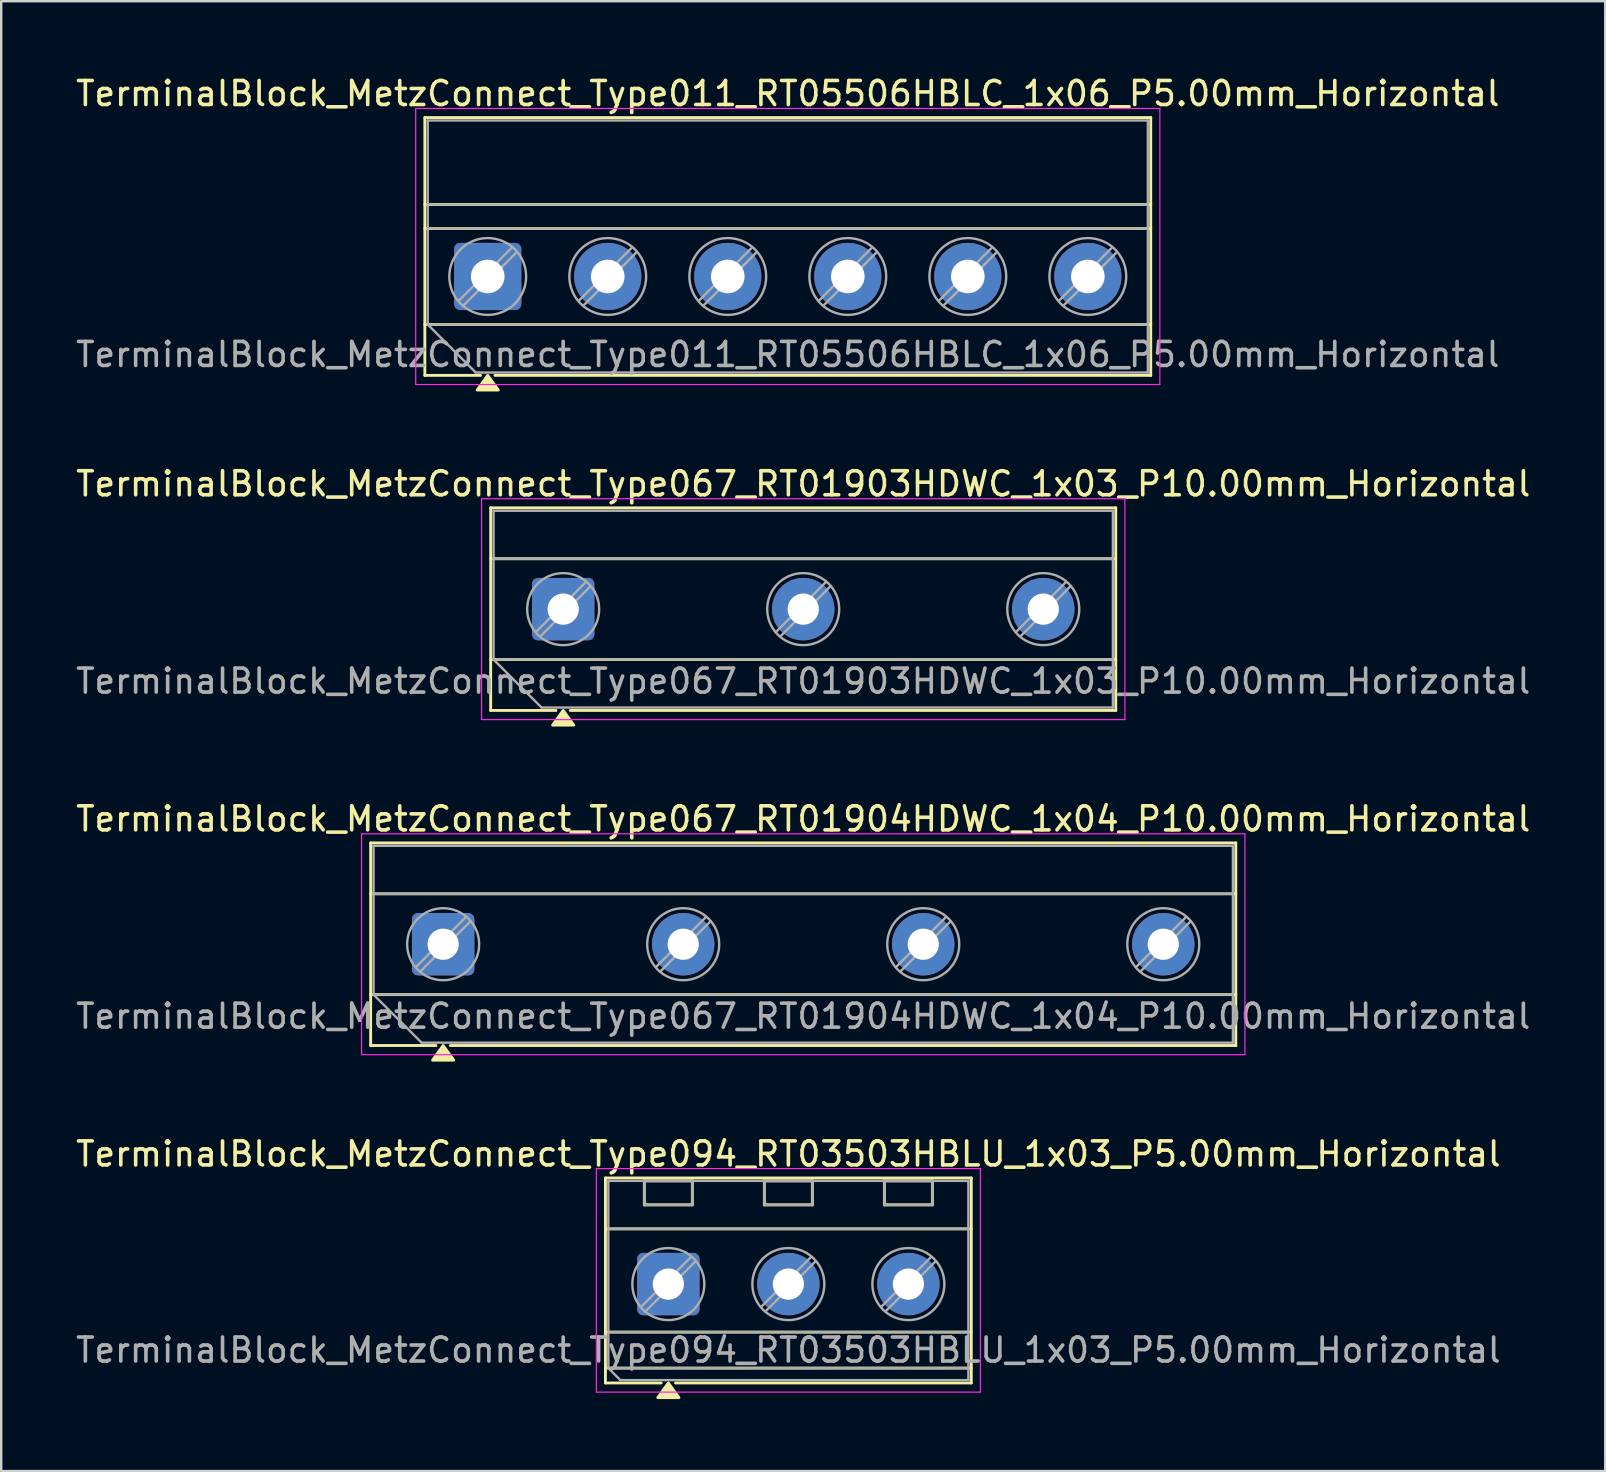
<source format=kicad_pcb>
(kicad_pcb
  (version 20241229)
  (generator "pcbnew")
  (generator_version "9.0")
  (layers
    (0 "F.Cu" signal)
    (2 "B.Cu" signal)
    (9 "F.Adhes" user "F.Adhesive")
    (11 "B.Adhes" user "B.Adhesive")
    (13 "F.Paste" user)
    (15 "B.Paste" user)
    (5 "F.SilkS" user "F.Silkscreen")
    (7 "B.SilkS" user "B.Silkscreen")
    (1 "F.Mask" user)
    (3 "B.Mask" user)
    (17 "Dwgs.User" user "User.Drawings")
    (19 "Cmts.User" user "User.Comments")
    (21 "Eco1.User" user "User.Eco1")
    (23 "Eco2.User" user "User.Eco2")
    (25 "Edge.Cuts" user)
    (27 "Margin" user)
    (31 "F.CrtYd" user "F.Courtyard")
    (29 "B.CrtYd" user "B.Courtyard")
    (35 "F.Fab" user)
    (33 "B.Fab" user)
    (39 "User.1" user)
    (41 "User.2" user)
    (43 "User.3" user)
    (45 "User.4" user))
  (footprint "TerminalBlock_MetzConnect_Type067_RT01903HDWC_1x03_P10.00mm_Horizontal"
    (layer "F.Cu")
    (at 20.411 22.326)
    (property "Reference" "TerminalBlock_MetzConnect_Type067_RT01903HDWC_1x03_P10.00mm_Horizontal" (at 10 -5.22 0) (layer "F.SilkS") (effects (font (size 1 1) (thickness 0.15))))
    (attr through_hole)
    (fp_line (start -3.02 -4.22) (end 23.02 -4.22) (stroke (width 0.12) (type solid)) (layer "F.SilkS"))
    (fp_line (start -3.02 -2.1) (end 23.02 -2.1) (stroke (width 0.12) (type solid)) (layer "F.SilkS"))
    (fp_line (start -3.02 2.1) (end 23.02 2.1) (stroke (width 0.12) (type solid)) (layer "F.SilkS"))
    (fp_line (start -3.02 4.22) (end -3.02 -4.22) (stroke (width 0.12) (type solid)) (layer "F.SilkS"))
    (fp_line (start -0.3 4.22) (end -3.02 4.22) (stroke (width 0.12) (type solid)) (layer "F.SilkS"))
    (fp_line (start 23.02 -4.22) (end 23.02 4.22) (stroke (width 0.12) (type solid)) (layer "F.SilkS"))
    (fp_line (start 23.02 4.22) (end 0.3 4.22) (stroke (width 0.12) (type solid)) (layer "F.SilkS"))
    (fp_poly (pts (xy 0 4.22) (xy 0.44 4.83) (xy -0.44 4.83)) (stroke (width 0.12) (type solid)) (fill yes) (layer "F.SilkS"))
    (fp_line (start -3.4 -4.6) (end -3.4 4.6) (stroke (width 0.05) (type solid)) (layer "F.CrtYd"))
    (fp_line (start -3.4 4.6) (end 23.4 4.6) (stroke (width 0.05) (type solid)) (layer "F.CrtYd"))
    (fp_line (start 23.4 -4.6) (end -3.4 -4.6) (stroke (width 0.05) (type solid)) (layer "F.CrtYd"))
    (fp_line (start 23.4 4.6) (end 23.4 -4.6) (stroke (width 0.05) (type solid)) (layer "F.CrtYd"))
    (fp_line (start -2.9 -4.1) (end 22.9 -4.1) (stroke (width 0.1) (type solid)) (layer "F.Fab"))
    (fp_line (start -2.9 -2.1) (end 22.9 -2.1) (stroke (width 0.1) (type solid)) (layer "F.Fab"))
    (fp_line (start -2.9 2.1) (end -2.9 -4.1) (stroke (width 0.1) (type solid)) (layer "F.Fab"))
    (fp_line (start -2.9 2.1) (end 22.9 2.1) (stroke (width 0.1) (type solid)) (layer "F.Fab"))
    (fp_line (start -0.9 4.1) (end -2.9 2.1) (stroke (width 0.1) (type solid)) (layer "F.Fab"))
    (fp_line (start 0.955 -1.138) (end -1.138 0.955) (stroke (width 0.1) (type solid)) (layer "F.Fab"))
    (fp_line (start 1.138 -0.955) (end -0.955 1.138) (stroke (width 0.1) (type solid)) (layer "F.Fab"))
    (fp_line (start 10.955 -1.138) (end 8.862 0.955) (stroke (width 0.1) (type solid)) (layer "F.Fab"))
    (fp_line (start 11.138 -0.955) (end 9.045 1.138) (stroke (width 0.1) (type solid)) (layer "F.Fab"))
    (fp_line (start 20.955 -1.138) (end 18.862 0.955) (stroke (width 0.1) (type solid)) (layer "F.Fab"))
    (fp_line (start 21.138 -0.955) (end 19.045 1.138) (stroke (width 0.1) (type solid)) (layer "F.Fab"))
    (fp_line (start 22.9 -4.1) (end 22.9 4.1) (stroke (width 0.1) (type solid)) (layer "F.Fab"))
    (fp_line (start 22.9 4.1) (end -0.9 4.1) (stroke (width 0.1) (type solid)) (layer "F.Fab"))
    (fp_circle (center 0 0) (end 1.5 0) (stroke (width 0.1) (type solid)) (fill no) (layer "F.Fab"))
    (fp_circle (center 10 0) (end 11.5 0) (stroke (width 0.1) (type solid)) (fill no) (layer "F.Fab"))
    (fp_circle (center 20 0) (end 21.5 0) (stroke (width 0.1) (type solid)) (fill no) (layer "F.Fab"))
    (fp_text user "${REFERENCE}" (at 10 3 0) (layer "F.Fab") (effects (font (size 1 1) (thickness 0.15))))
    (pad "1" thru_hole roundrect (at 0 0) (size 2.6 2.6) (drill 1.3) (layers "*.Cu" "*.Mask") (roundrect_rratio 0.096))
    (pad "2" thru_hole circle (at 10 0) (size 2.6 2.6) (drill 1.3) (layers "*.Cu" "*.Mask"))
    (pad "3" thru_hole circle (at 20 0) (size 2.6 2.6) (drill 1.3) (layers "*.Cu" "*.Mask")))
  (footprint "TerminalBlock_MetzConnect_Type067_RT01904HDWC_1x04_P10.00mm_Horizontal"
    (layer "F.Cu")
    (at 15.411 36.285)
    (property "Reference" "TerminalBlock_MetzConnect_Type067_RT01904HDWC_1x04_P10.00mm_Horizontal" (at 15 -5.22 0) (layer "F.SilkS") (effects (font (size 1 1) (thickness 0.15))))
    (attr through_hole)
    (fp_line (start -3.02 -4.22) (end 33.02 -4.22) (stroke (width 0.12) (type solid)) (layer "F.SilkS"))
    (fp_line (start -3.02 -2.1) (end 33.02 -2.1) (stroke (width 0.12) (type solid)) (layer "F.SilkS"))
    (fp_line (start -3.02 2.1) (end 33.02 2.1) (stroke (width 0.12) (type solid)) (layer "F.SilkS"))
    (fp_line (start -3.02 4.22) (end -3.02 -4.22) (stroke (width 0.12) (type solid)) (layer "F.SilkS"))
    (fp_line (start -0.3 4.22) (end -3.02 4.22) (stroke (width 0.12) (type solid)) (layer "F.SilkS"))
    (fp_line (start 33.02 -4.22) (end 33.02 4.22) (stroke (width 0.12) (type solid)) (layer "F.SilkS"))
    (fp_line (start 33.02 4.22) (end 0.3 4.22) (stroke (width 0.12) (type solid)) (layer "F.SilkS"))
    (fp_poly (pts (xy 0 4.22) (xy 0.44 4.83) (xy -0.44 4.83)) (stroke (width 0.12) (type solid)) (fill yes) (layer "F.SilkS"))
    (fp_line (start -3.4 -4.6) (end -3.4 4.6) (stroke (width 0.05) (type solid)) (layer "F.CrtYd"))
    (fp_line (start -3.4 4.6) (end 33.4 4.6) (stroke (width 0.05) (type solid)) (layer "F.CrtYd"))
    (fp_line (start 33.4 -4.6) (end -3.4 -4.6) (stroke (width 0.05) (type solid)) (layer "F.CrtYd"))
    (fp_line (start 33.4 4.6) (end 33.4 -4.6) (stroke (width 0.05) (type solid)) (layer "F.CrtYd"))
    (fp_line (start -2.9 -4.1) (end 32.9 -4.1) (stroke (width 0.1) (type solid)) (layer "F.Fab"))
    (fp_line (start -2.9 -2.1) (end 32.9 -2.1) (stroke (width 0.1) (type solid)) (layer "F.Fab"))
    (fp_line (start -2.9 2.1) (end -2.9 -4.1) (stroke (width 0.1) (type solid)) (layer "F.Fab"))
    (fp_line (start -2.9 2.1) (end 32.9 2.1) (stroke (width 0.1) (type solid)) (layer "F.Fab"))
    (fp_line (start -0.9 4.1) (end -2.9 2.1) (stroke (width 0.1) (type solid)) (layer "F.Fab"))
    (fp_line (start 0.955 -1.138) (end -1.138 0.955) (stroke (width 0.1) (type solid)) (layer "F.Fab"))
    (fp_line (start 1.138 -0.955) (end -0.955 1.138) (stroke (width 0.1) (type solid)) (layer "F.Fab"))
    (fp_line (start 10.955 -1.138) (end 8.862 0.955) (stroke (width 0.1) (type solid)) (layer "F.Fab"))
    (fp_line (start 11.138 -0.955) (end 9.045 1.138) (stroke (width 0.1) (type solid)) (layer "F.Fab"))
    (fp_line (start 20.955 -1.138) (end 18.862 0.955) (stroke (width 0.1) (type solid)) (layer "F.Fab"))
    (fp_line (start 21.138 -0.955) (end 19.045 1.138) (stroke (width 0.1) (type solid)) (layer "F.Fab"))
    (fp_line (start 30.955 -1.138) (end 28.862 0.955) (stroke (width 0.1) (type solid)) (layer "F.Fab"))
    (fp_line (start 31.138 -0.955) (end 29.045 1.138) (stroke (width 0.1) (type solid)) (layer "F.Fab"))
    (fp_line (start 32.9 -4.1) (end 32.9 4.1) (stroke (width 0.1) (type solid)) (layer "F.Fab"))
    (fp_line (start 32.9 4.1) (end -0.9 4.1) (stroke (width 0.1) (type solid)) (layer "F.Fab"))
    (fp_circle (center 0 0) (end 1.5 0) (stroke (width 0.1) (type solid)) (fill no) (layer "F.Fab"))
    (fp_circle (center 10 0) (end 11.5 0) (stroke (width 0.1) (type solid)) (fill no) (layer "F.Fab"))
    (fp_circle (center 20 0) (end 21.5 0) (stroke (width 0.1) (type solid)) (fill no) (layer "F.Fab"))
    (fp_circle (center 30 0) (end 31.5 0) (stroke (width 0.1) (type solid)) (fill no) (layer "F.Fab"))
    (fp_text user "${REFERENCE}" (at 15 3 0) (layer "F.Fab") (effects (font (size 1 1) (thickness 0.15))))
    (pad "1" thru_hole roundrect (at 0 0) (size 2.6 2.6) (drill 1.3) (layers "*.Cu" "*.Mask") (roundrect_rratio 0.096))
    (pad "2" thru_hole circle (at 10 0) (size 2.6 2.6) (drill 1.3) (layers "*.Cu" "*.Mask"))
    (pad "3" thru_hole circle (at 20 0) (size 2.6 2.6) (drill 1.3) (layers "*.Cu" "*.Mask"))
    (pad "4" thru_hole circle (at 30 0) (size 2.6 2.6) (drill 1.3) (layers "*.Cu" "*.Mask")))
  (footprint "TerminalBlock_MetzConnect_Type094_RT03503HBLU_1x03_P5.00mm_Horizontal"
    (layer "F.Cu")
    (at 24.792 50.443)
    (property "Reference" "TerminalBlock_MetzConnect_Type094_RT03503HBLU_1x03_P5.00mm_Horizontal" (at 5 -5.42 0) (layer "F.SilkS") (effects (font (size 1 1) (thickness 0.15))))
    (attr through_hole)
    (fp_line (start -2.62 -4.42) (end 12.62 -4.42) (stroke (width 0.12) (type solid)) (layer "F.SilkS"))
    (fp_line (start -2.62 -2.3) (end 12.62 -2.3) (stroke (width 0.12) (type solid)) (layer "F.SilkS"))
    (fp_line (start -2.62 2) (end 12.62 2) (stroke (width 0.12) (type solid)) (layer "F.SilkS"))
    (fp_line (start -2.62 3.5) (end 12.62 3.5) (stroke (width 0.12) (type solid)) (layer "F.SilkS"))
    (fp_line (start -2.62 4.12) (end -2.62 -4.42) (stroke (width 0.12) (type solid)) (layer "F.SilkS"))
    (fp_line (start -1 -4.3) (end 1 -4.3) (stroke (width 0.12) (type solid)) (layer "F.SilkS"))
    (fp_line (start -1 -3.3) (end -1 -4.3) (stroke (width 0.12) (type solid)) (layer "F.SilkS"))
    (fp_line (start -0.3 4.12) (end -2.62 4.12) (stroke (width 0.12) (type solid)) (layer "F.SilkS"))
    (fp_line (start 1 -4.3) (end 1 -3.3) (stroke (width 0.12) (type solid)) (layer "F.SilkS"))
    (fp_line (start 1 -3.3) (end -1 -3.3) (stroke (width 0.12) (type solid)) (layer "F.SilkS"))
    (fp_line (start 4 -4.3) (end 6 -4.3) (stroke (width 0.12) (type solid)) (layer "F.SilkS"))
    (fp_line (start 4 -3.3) (end 4 -4.3) (stroke (width 0.12) (type solid)) (layer "F.SilkS"))
    (fp_line (start 6 -4.3) (end 6 -3.3) (stroke (width 0.12) (type solid)) (layer "F.SilkS"))
    (fp_line (start 6 -3.3) (end 4 -3.3) (stroke (width 0.12) (type solid)) (layer "F.SilkS"))
    (fp_line (start 9 -4.3) (end 11 -4.3) (stroke (width 0.12) (type solid)) (layer "F.SilkS"))
    (fp_line (start 9 -3.3) (end 9 -4.3) (stroke (width 0.12) (type solid)) (layer "F.SilkS"))
    (fp_line (start 11 -4.3) (end 11 -3.3) (stroke (width 0.12) (type solid)) (layer "F.SilkS"))
    (fp_line (start 11 -3.3) (end 9 -3.3) (stroke (width 0.12) (type solid)) (layer "F.SilkS"))
    (fp_line (start 12.62 -4.42) (end 12.62 4.12) (stroke (width 0.12) (type solid)) (layer "F.SilkS"))
    (fp_line (start 12.62 4.12) (end 0.3 4.12) (stroke (width 0.12) (type solid)) (layer "F.SilkS"))
    (fp_poly (pts (xy 0 4.12) (xy 0.44 4.73) (xy -0.44 4.73)) (stroke (width 0.12) (type solid)) (fill yes) (layer "F.SilkS"))
    (fp_line (start -3 -4.81) (end -3 4.5) (stroke (width 0.05) (type solid)) (layer "F.CrtYd"))
    (fp_line (start -3 4.5) (end 13 4.5) (stroke (width 0.05) (type solid)) (layer "F.CrtYd"))
    (fp_line (start 13 -4.81) (end -3 -4.81) (stroke (width 0.05) (type solid)) (layer "F.CrtYd"))
    (fp_line (start 13 4.5) (end 13 -4.81) (stroke (width 0.05) (type solid)) (layer "F.CrtYd"))
    (fp_line (start -2.5 -4.3) (end 12.5 -4.3) (stroke (width 0.1) (type solid)) (layer "F.Fab"))
    (fp_line (start -2.5 -2.3) (end 12.5 -2.3) (stroke (width 0.1) (type solid)) (layer "F.Fab"))
    (fp_line (start -2.5 2) (end 12.5 2) (stroke (width 0.1) (type solid)) (layer "F.Fab"))
    (fp_line (start -2.5 3.5) (end -2.5 -4.3) (stroke (width 0.1) (type solid)) (layer "F.Fab"))
    (fp_line (start -2.5 3.5) (end 12.5 3.5) (stroke (width 0.1) (type solid)) (layer "F.Fab"))
    (fp_line (start -2 4) (end -2.5 3.5) (stroke (width 0.1) (type solid)) (layer "F.Fab"))
    (fp_line (start -1 -4.3) (end -1 -3.3) (stroke (width 0.1) (type solid)) (layer "F.Fab"))
    (fp_line (start -1 -3.3) (end 1 -3.3) (stroke (width 0.1) (type solid)) (layer "F.Fab"))
    (fp_line (start 0.955 -1.138) (end -1.138 0.955) (stroke (width 0.1) (type solid)) (layer "F.Fab"))
    (fp_line (start 1 -4.3) (end -1 -4.3) (stroke (width 0.1) (type solid)) (layer "F.Fab"))
    (fp_line (start 1 -3.3) (end 1 -4.3) (stroke (width 0.1) (type solid)) (layer "F.Fab"))
    (fp_line (start 1.138 -0.955) (end -0.955 1.138) (stroke (width 0.1) (type solid)) (layer "F.Fab"))
    (fp_line (start 4 -4.3) (end 4 -3.3) (stroke (width 0.1) (type solid)) (layer "F.Fab"))
    (fp_line (start 4 -3.3) (end 6 -3.3) (stroke (width 0.1) (type solid)) (layer "F.Fab"))
    (fp_line (start 5.955 -1.138) (end 3.862 0.955) (stroke (width 0.1) (type solid)) (layer "F.Fab"))
    (fp_line (start 6 -4.3) (end 4 -4.3) (stroke (width 0.1) (type solid)) (layer "F.Fab"))
    (fp_line (start 6 -3.3) (end 6 -4.3) (stroke (width 0.1) (type solid)) (layer "F.Fab"))
    (fp_line (start 6.138 -0.955) (end 4.045 1.138) (stroke (width 0.1) (type solid)) (layer "F.Fab"))
    (fp_line (start 9 -4.3) (end 9 -3.3) (stroke (width 0.1) (type solid)) (layer "F.Fab"))
    (fp_line (start 9 -3.3) (end 11 -3.3) (stroke (width 0.1) (type solid)) (layer "F.Fab"))
    (fp_line (start 10.955 -1.138) (end 8.862 0.955) (stroke (width 0.1) (type solid)) (layer "F.Fab"))
    (fp_line (start 11 -4.3) (end 9 -4.3) (stroke (width 0.1) (type solid)) (layer "F.Fab"))
    (fp_line (start 11 -3.3) (end 11 -4.3) (stroke (width 0.1) (type solid)) (layer "F.Fab"))
    (fp_line (start 11.138 -0.955) (end 9.045 1.138) (stroke (width 0.1) (type solid)) (layer "F.Fab"))
    (fp_line (start 12.5 -4.3) (end 12.5 4) (stroke (width 0.1) (type solid)) (layer "F.Fab"))
    (fp_line (start 12.5 4) (end -2 4) (stroke (width 0.1) (type solid)) (layer "F.Fab"))
    (fp_circle (center 0 0) (end 1.5 0) (stroke (width 0.1) (type solid)) (fill no) (layer "F.Fab"))
    (fp_circle (center 5 0) (end 6.5 0) (stroke (width 0.1) (type solid)) (fill no) (layer "F.Fab"))
    (fp_circle (center 10 0) (end 11.5 0) (stroke (width 0.1) (type solid)) (fill no) (layer "F.Fab"))
    (fp_text user "${REFERENCE}" (at 5 2.75 0) (layer "F.Fab") (effects (font (size 1 1) (thickness 0.15))))
    (pad "1" thru_hole roundrect (at 0 0) (size 2.6 2.6) (drill 1.3) (layers "*.Cu" "*.Mask") (roundrect_rratio 0.096))
    (pad "2" thru_hole circle (at 5 0) (size 2.6 2.6) (drill 1.3) (layers "*.Cu" "*.Mask"))
    (pad "3" thru_hole circle (at 10 0) (size 2.6 2.6) (drill 1.3) (layers "*.Cu" "*.Mask")))
  (footprint "TerminalBlock_MetzConnect_Type011_RT05506HBLC_1x06_P5.00mm_Horizontal"
    (layer "F.Cu")
    (at 17.268 8.468)
    (property "Reference" "TerminalBlock_MetzConnect_Type011_RT05506HBLC_1x06_P5.00mm_Horizontal" (at 12.5 -7.62 0) (layer "F.SilkS") (effects (font (size 1 1) (thickness 0.15))))
    (attr through_hole)
    (fp_line (start -2.62 -6.62) (end 27.62 -6.62) (stroke (width 0.12) (type solid)) (layer "F.SilkS"))
    (fp_line (start -2.62 -3) (end 27.62 -3) (stroke (width 0.12) (type solid)) (layer "F.SilkS"))
    (fp_line (start -2.62 -2) (end 27.62 -2) (stroke (width 0.12) (type solid)) (layer "F.SilkS"))
    (fp_line (start -2.62 2) (end 27.62 2) (stroke (width 0.12) (type solid)) (layer "F.SilkS"))
    (fp_line (start -2.62 4.12) (end -2.62 -6.62) (stroke (width 0.12) (type solid)) (layer "F.SilkS"))
    (fp_line (start -0.3 4.12) (end -2.62 4.12) (stroke (width 0.12) (type solid)) (layer "F.SilkS"))
    (fp_line (start 27.62 -6.62) (end 27.62 4.12) (stroke (width 0.12) (type solid)) (layer "F.SilkS"))
    (fp_line (start 27.62 4.12) (end 0.3 4.12) (stroke (width 0.12) (type solid)) (layer "F.SilkS"))
    (fp_poly (pts (xy 0 4.12) (xy 0.44 4.73) (xy -0.44 4.73)) (stroke (width 0.12) (type solid)) (fill yes) (layer "F.SilkS"))
    (fp_line (start -3 -7) (end -3 4.5) (stroke (width 0.05) (type solid)) (layer "F.CrtYd"))
    (fp_line (start -3 4.5) (end 28 4.5) (stroke (width 0.05) (type solid)) (layer "F.CrtYd"))
    (fp_line (start 28 -7) (end -3 -7) (stroke (width 0.05) (type solid)) (layer "F.CrtYd"))
    (fp_line (start 28 4.5) (end 28 -7) (stroke (width 0.05) (type solid)) (layer "F.CrtYd"))
    (fp_line (start -2.5 -6.5) (end 27.5 -6.5) (stroke (width 0.1) (type solid)) (layer "F.Fab"))
    (fp_line (start -2.5 -3) (end 27.5 -3) (stroke (width 0.1) (type solid)) (layer "F.Fab"))
    (fp_line (start -2.5 -2) (end 27.5 -2) (stroke (width 0.1) (type solid)) (layer "F.Fab"))
    (fp_line (start -2.5 2) (end -2.5 -6.5) (stroke (width 0.1) (type solid)) (layer "F.Fab"))
    (fp_line (start -2.5 2) (end 27.5 2) (stroke (width 0.1) (type solid)) (layer "F.Fab"))
    (fp_line (start -0.5 4) (end -2.5 2) (stroke (width 0.1) (type solid)) (layer "F.Fab"))
    (fp_line (start 1.018 -1.213) (end -1.213 1.018) (stroke (width 0.1) (type solid)) (layer "F.Fab"))
    (fp_line (start 1.213 -1.018) (end -1.018 1.213) (stroke (width 0.1) (type solid)) (layer "F.Fab"))
    (fp_line (start 6.018 -1.213) (end 3.787 1.018) (stroke (width 0.1) (type solid)) (layer "F.Fab"))
    (fp_line (start 6.213 -1.018) (end 3.982 1.213) (stroke (width 0.1) (type solid)) (layer "F.Fab"))
    (fp_line (start 11.018 -1.213) (end 8.787 1.018) (stroke (width 0.1) (type solid)) (layer "F.Fab"))
    (fp_line (start 11.213 -1.018) (end 8.982 1.213) (stroke (width 0.1) (type solid)) (layer "F.Fab"))
    (fp_line (start 16.018 -1.213) (end 13.787 1.018) (stroke (width 0.1) (type solid)) (layer "F.Fab"))
    (fp_line (start 16.213 -1.018) (end 13.982 1.213) (stroke (width 0.1) (type solid)) (layer "F.Fab"))
    (fp_line (start 21.018 -1.213) (end 18.787 1.018) (stroke (width 0.1) (type solid)) (layer "F.Fab"))
    (fp_line (start 21.213 -1.018) (end 18.982 1.213) (stroke (width 0.1) (type solid)) (layer "F.Fab"))
    (fp_line (start 26.018 -1.213) (end 23.787 1.018) (stroke (width 0.1) (type solid)) (layer "F.Fab"))
    (fp_line (start 26.213 -1.018) (end 23.982 1.213) (stroke (width 0.1) (type solid)) (layer "F.Fab"))
    (fp_line (start 27.5 -6.5) (end 27.5 4) (stroke (width 0.1) (type solid)) (layer "F.Fab"))
    (fp_line (start 27.5 4) (end -0.5 4) (stroke (width 0.1) (type solid)) (layer "F.Fab"))
    (fp_circle (center 0 0) (end 1.6 0) (stroke (width 0.1) (type solid)) (fill no) (layer "F.Fab"))
    (fp_circle (center 5 0) (end 6.6 0) (stroke (width 0.1) (type solid)) (fill no) (layer "F.Fab"))
    (fp_circle (center 10 0) (end 11.6 0) (stroke (width 0.1) (type solid)) (fill no) (layer "F.Fab"))
    (fp_circle (center 15 0) (end 16.6 0) (stroke (width 0.1) (type solid)) (fill no) (layer "F.Fab"))
    (fp_circle (center 20 0) (end 21.6 0) (stroke (width 0.1) (type solid)) (fill no) (layer "F.Fab"))
    (fp_circle (center 25 0) (end 26.6 0) (stroke (width 0.1) (type solid)) (fill no) (layer "F.Fab"))
    (fp_text user "${REFERENCE}" (at 12.5 3.25 0) (layer "F.Fab") (effects (font (size 1 1) (thickness 0.15))))
    (pad "1" thru_hole roundrect (at 0 0) (size 2.8 2.8) (drill 1.4) (layers "*.Cu" "*.Mask") (roundrect_rratio 0.089))
    (pad "2" thru_hole circle (at 5 0) (size 2.8 2.8) (drill 1.4) (layers "*.Cu" "*.Mask"))
    (pad "3" thru_hole circle (at 10 0) (size 2.8 2.8) (drill 1.4) (layers "*.Cu" "*.Mask"))
    (pad "4" thru_hole circle (at 15 0) (size 2.8 2.8) (drill 1.4) (layers "*.Cu" "*.Mask"))
    (pad "5" thru_hole circle (at 20 0) (size 2.8 2.8) (drill 1.4) (layers "*.Cu" "*.Mask"))
    (pad "6" thru_hole circle (at 25 0) (size 2.8 2.8) (drill 1.4) (layers "*.Cu" "*.Mask")))
  (gr_rect
    (start -3 -3)
    (end 63.821 58.233)
    (stroke (width 0.1) (type default))
    (fill no)
    (layer "Edge.Cuts")))
</source>
